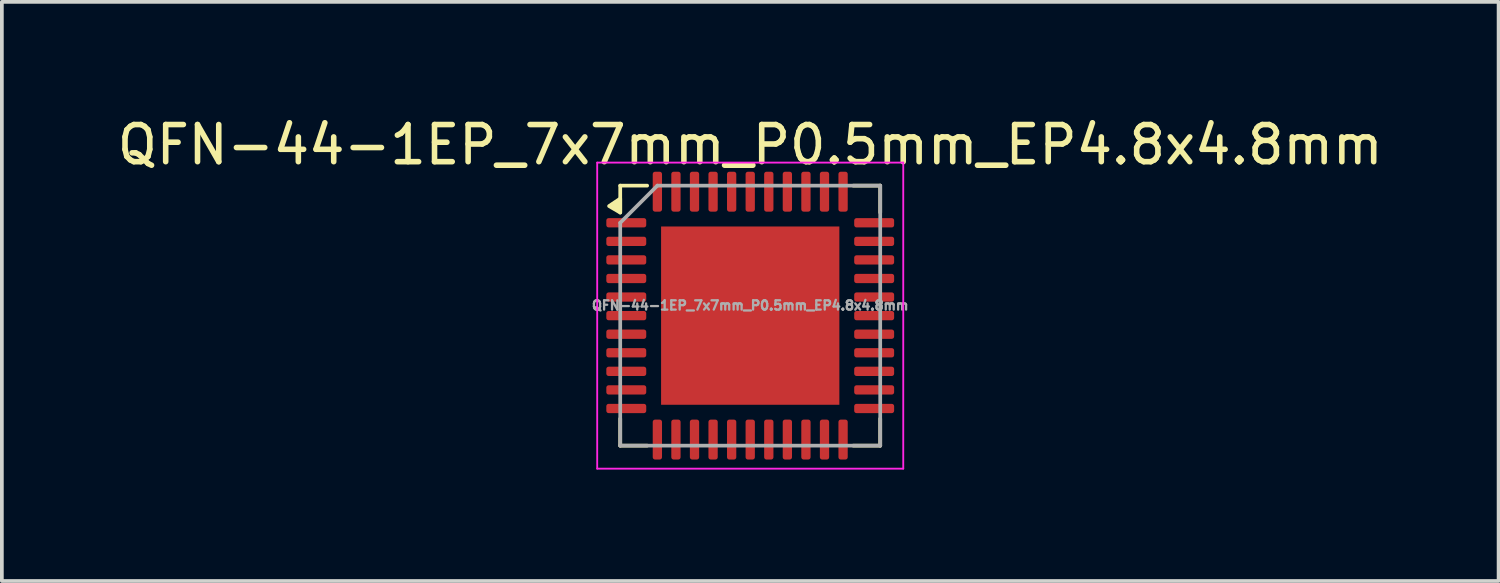
<source format=kicad_pcb>
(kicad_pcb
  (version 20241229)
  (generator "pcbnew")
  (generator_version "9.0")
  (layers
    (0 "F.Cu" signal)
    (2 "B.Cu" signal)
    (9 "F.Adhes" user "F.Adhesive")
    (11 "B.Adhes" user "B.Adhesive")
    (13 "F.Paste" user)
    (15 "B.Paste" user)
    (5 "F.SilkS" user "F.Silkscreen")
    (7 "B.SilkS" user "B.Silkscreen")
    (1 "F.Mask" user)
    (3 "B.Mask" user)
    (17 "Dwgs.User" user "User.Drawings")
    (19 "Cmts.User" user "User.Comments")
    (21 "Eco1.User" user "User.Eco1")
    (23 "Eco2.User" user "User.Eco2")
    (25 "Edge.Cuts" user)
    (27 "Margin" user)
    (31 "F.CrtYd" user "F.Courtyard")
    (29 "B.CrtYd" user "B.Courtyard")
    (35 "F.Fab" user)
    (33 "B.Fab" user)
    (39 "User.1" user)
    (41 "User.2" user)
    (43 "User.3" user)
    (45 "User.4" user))
  (footprint "QFN-44-1EP_7x7mm_P0.5mm_EP4.8x4.8mm"
    (layer "F.Cu")
    (at 17.149 5.448)
    (property "Reference" "QFN-44-1EP_7x7mm_P0.5mm_EP4.8x4.8mm" (at 0 -4.6 0) (layer "F.SilkS") (effects (font (size 1 1) (thickness 0.15))))
    (attr smd)
    (fp_line (start -3.5 -3.5) (end -2.775 -3.5) (stroke (width 0.1) (type solid)) (layer "F.SilkS"))
    (fp_line (start -3.5 -2.775) (end -3.5 -3.5) (stroke (width 0.1) (type solid)) (layer "F.SilkS"))
    (fp_line (start -3.5 3.5) (end -3.5 2.775) (stroke (width 0.1) (type solid)) (layer "F.SilkS"))
    (fp_line (start -2.775 3.5) (end -3.5 3.5) (stroke (width 0.1) (type solid)) (layer "F.SilkS"))
    (fp_line (start 2.775 -3.5) (end 3.5 -3.5) (stroke (width 0.1) (type solid)) (layer "F.SilkS"))
    (fp_line (start 2.775 3.5) (end 3.5 3.5) (stroke (width 0.1) (type solid)) (layer "F.SilkS"))
    (fp_line (start 3.5 -3.5) (end 3.5 -2.775) (stroke (width 0.1) (type solid)) (layer "F.SilkS"))
    (fp_line (start 3.5 3.5) (end 3.5 2.775) (stroke (width 0.1) (type solid)) (layer "F.SilkS"))
    (fp_poly (pts (xy -3.5 -2.775) (xy -3.8 -2.95) (xy -3.5 -3.15)) (stroke (width 0.1) (type solid)) (fill yes) (layer "F.SilkS"))
    (fp_line (start -4.12 -4.12) (end -4.12 4.12) (stroke (width 0.05) (type solid)) (layer "F.CrtYd"))
    (fp_line (start -4.12 4.12) (end 4.12 4.12) (stroke (width 0.05) (type solid)) (layer "F.CrtYd"))
    (fp_line (start 4.12 -4.12) (end -4.12 -4.12) (stroke (width 0.05) (type solid)) (layer "F.CrtYd"))
    (fp_line (start 4.12 4.12) (end 4.12 -4.12) (stroke (width 0.05) (type solid)) (layer "F.CrtYd"))
    (fp_line (start -3.5 -2.5) (end -2.5 -3.5) (stroke (width 0.1) (type solid)) (layer "F.Fab"))
    (fp_line (start -3.5 3.5) (end -3.5 -2.5) (stroke (width 0.1) (type solid)) (layer "F.Fab"))
    (fp_line (start -2.5 -3.5) (end 3.5 -3.5) (stroke (width 0.1) (type solid)) (layer "F.Fab"))
    (fp_line (start 3.5 -3.5) (end 3.5 3.5) (stroke (width 0.1) (type solid)) (layer "F.Fab"))
    (fp_line (start 3.5 3.5) (end -3.5 3.5) (stroke (width 0.1) (type solid)) (layer "F.Fab"))
    (fp_text user "${REFERENCE}" (at 0 -0.275 0) (layer "F.Fab") (effects (font (size 0.25 0.25) (thickness 0.062))))
    (pad "" smd roundrect (at -1.863 -1.863) (size 0.875 0.875) (layers "F.Paste") (roundrect_rratio 0.238))
    (pad "" smd roundrect (at -1.863 -0.65) (size 0.875 1.05) (layers "F.Paste") (roundrect_rratio 0.238))
    (pad "" smd roundrect (at -1.863 0.65) (size 0.875 1.05) (layers "F.Paste") (roundrect_rratio 0.238))
    (pad "" smd roundrect (at -1.863 1.863) (size 0.875 0.875) (layers "F.Paste") (roundrect_rratio 0.238))
    (pad "" smd roundrect (at -0.65 -1.863) (size 1.05 0.875) (layers "F.Paste") (roundrect_rratio 0.238))
    (pad "" smd roundrect (at -0.65 -0.65) (size 1.05 1.05) (layers "F.Paste") (roundrect_rratio 0.238))
    (pad "" smd roundrect (at -0.65 0.65) (size 1.05 1.05) (layers "F.Paste") (roundrect_rratio 0.238))
    (pad "" smd roundrect (at -0.65 1.863) (size 1.05 0.875) (layers "F.Paste") (roundrect_rratio 0.238))
    (pad "" smd roundrect (at 0.65 -1.863) (size 1.05 0.875) (layers "F.Paste") (roundrect_rratio 0.238))
    (pad "" smd roundrect (at 0.65 -0.65) (size 1.05 1.05) (layers "F.Paste") (roundrect_rratio 0.238))
    (pad "" smd roundrect (at 0.65 0.65) (size 1.05 1.05) (layers "F.Paste") (roundrect_rratio 0.238))
    (pad "" smd roundrect (at 0.65 1.863) (size 1.05 0.875) (layers "F.Paste") (roundrect_rratio 0.238))
    (pad "" smd roundrect (at 1.863 -1.863) (size 0.875 0.875) (layers "F.Paste") (roundrect_rratio 0.238))
    (pad "" smd roundrect (at 1.863 -0.65) (size 0.875 1.05) (layers "F.Paste") (roundrect_rratio 0.238))
    (pad "" smd roundrect (at 1.863 0.65) (size 0.875 1.05) (layers "F.Paste") (roundrect_rratio 0.238))
    (pad "" smd roundrect (at 1.863 1.863) (size 0.875 0.875) (layers "F.Paste") (roundrect_rratio 0.238))
    (pad "1" smd roundrect (at -3.337 -2.5) (size 1.075 0.25) (layers "F.Cu" "F.Mask" "F.Paste") (roundrect_rratio 0.25))
    (pad "2" smd roundrect (at -3.337 -2) (size 1.075 0.25) (layers "F.Cu" "F.Mask" "F.Paste") (roundrect_rratio 0.25))
    (pad "3" smd roundrect (at -3.337 -1.5) (size 1.075 0.25) (layers "F.Cu" "F.Mask" "F.Paste") (roundrect_rratio 0.25))
    (pad "4" smd roundrect (at -3.337 -1) (size 1.075 0.25) (layers "F.Cu" "F.Mask" "F.Paste") (roundrect_rratio 0.25))
    (pad "5" smd roundrect (at -3.337 -0.5) (size 1.075 0.25) (layers "F.Cu" "F.Mask" "F.Paste") (roundrect_rratio 0.25))
    (pad "6" smd roundrect (at -3.337 0) (size 1.075 0.25) (layers "F.Cu" "F.Mask" "F.Paste") (roundrect_rratio 0.25))
    (pad "7" smd roundrect (at -3.337 0.5) (size 1.075 0.25) (layers "F.Cu" "F.Mask" "F.Paste") (roundrect_rratio 0.25))
    (pad "8" smd roundrect (at -3.337 1) (size 1.075 0.25) (layers "F.Cu" "F.Mask" "F.Paste") (roundrect_rratio 0.25))
    (pad "9" smd roundrect (at -3.337 1.5) (size 1.075 0.25) (layers "F.Cu" "F.Mask" "F.Paste") (roundrect_rratio 0.25))
    (pad "10" smd roundrect (at -3.337 2) (size 1.075 0.25) (layers "F.Cu" "F.Mask" "F.Paste") (roundrect_rratio 0.25))
    (pad "11" smd roundrect (at -3.337 2.5) (size 1.075 0.25) (layers "F.Cu" "F.Mask" "F.Paste") (roundrect_rratio 0.25))
    (pad "12" smd roundrect (at -2.5 3.337) (size 0.25 1.075) (layers "F.Cu" "F.Mask" "F.Paste") (roundrect_rratio 0.25))
    (pad "13" smd roundrect (at -2 3.337) (size 0.25 1.075) (layers "F.Cu" "F.Mask" "F.Paste") (roundrect_rratio 0.25))
    (pad "14" smd roundrect (at -1.5 3.337) (size 0.25 1.075) (layers "F.Cu" "F.Mask" "F.Paste") (roundrect_rratio 0.25))
    (pad "15" smd roundrect (at -1 3.337) (size 0.25 1.075) (layers "F.Cu" "F.Mask" "F.Paste") (roundrect_rratio 0.25))
    (pad "16" smd roundrect (at -0.5 3.337) (size 0.25 1.075) (layers "F.Cu" "F.Mask" "F.Paste") (roundrect_rratio 0.25))
    (pad "17" smd roundrect (at 0 3.337) (size 0.25 1.075) (layers "F.Cu" "F.Mask" "F.Paste") (roundrect_rratio 0.25))
    (pad "18" smd roundrect (at 0.5 3.337) (size 0.25 1.075) (layers "F.Cu" "F.Mask" "F.Paste") (roundrect_rratio 0.25))
    (pad "19" smd roundrect (at 1 3.337) (size 0.25 1.075) (layers "F.Cu" "F.Mask" "F.Paste") (roundrect_rratio 0.25))
    (pad "20" smd roundrect (at 1.5 3.337) (size 0.25 1.075) (layers "F.Cu" "F.Mask" "F.Paste") (roundrect_rratio 0.25))
    (pad "21" smd roundrect (at 2 3.337) (size 0.25 1.075) (layers "F.Cu" "F.Mask" "F.Paste") (roundrect_rratio 0.25))
    (pad "22" smd roundrect (at 2.5 3.337) (size 0.25 1.075) (layers "F.Cu" "F.Mask" "F.Paste") (roundrect_rratio 0.25))
    (pad "23" smd roundrect (at 3.337 2.5) (size 1.075 0.25) (layers "F.Cu" "F.Mask" "F.Paste") (roundrect_rratio 0.25))
    (pad "24" smd roundrect (at 3.337 2) (size 1.075 0.25) (layers "F.Cu" "F.Mask" "F.Paste") (roundrect_rratio 0.25))
    (pad "25" smd roundrect (at 3.337 1.5) (size 1.075 0.25) (layers "F.Cu" "F.Mask" "F.Paste") (roundrect_rratio 0.25))
    (pad "26" smd roundrect (at 3.337 1) (size 1.075 0.25) (layers "F.Cu" "F.Mask" "F.Paste") (roundrect_rratio 0.25))
    (pad "27" smd roundrect (at 3.337 0.5) (size 1.075 0.25) (layers "F.Cu" "F.Mask" "F.Paste") (roundrect_rratio 0.25))
    (pad "28" smd roundrect (at 3.337 0) (size 1.075 0.25) (layers "F.Cu" "F.Mask" "F.Paste") (roundrect_rratio 0.25))
    (pad "29" smd roundrect (at 3.337 -0.5) (size 1.075 0.25) (layers "F.Cu" "F.Mask" "F.Paste") (roundrect_rratio 0.25))
    (pad "30" smd roundrect (at 3.337 -1) (size 1.075 0.25) (layers "F.Cu" "F.Mask" "F.Paste") (roundrect_rratio 0.25))
    (pad "31" smd roundrect (at 3.337 -1.5) (size 1.075 0.25) (layers "F.Cu" "F.Mask" "F.Paste") (roundrect_rratio 0.25))
    (pad "32" smd roundrect (at 3.337 -2) (size 1.075 0.25) (layers "F.Cu" "F.Mask" "F.Paste") (roundrect_rratio 0.25))
    (pad "33" smd roundrect (at 3.337 -2.5) (size 1.075 0.25) (layers "F.Cu" "F.Mask" "F.Paste") (roundrect_rratio 0.25))
    (pad "34" smd roundrect (at 2.5 -3.337) (size 0.25 1.075) (layers "F.Cu" "F.Mask" "F.Paste") (roundrect_rratio 0.25))
    (pad "35" smd roundrect (at 2 -3.337) (size 0.25 1.075) (layers "F.Cu" "F.Mask" "F.Paste") (roundrect_rratio 0.25))
    (pad "36" smd roundrect (at 1.5 -3.337) (size 0.25 1.075) (layers "F.Cu" "F.Mask" "F.Paste") (roundrect_rratio 0.25))
    (pad "37" smd roundrect (at 1 -3.337) (size 0.25 1.075) (layers "F.Cu" "F.Mask" "F.Paste") (roundrect_rratio 0.25))
    (pad "38" smd roundrect (at 0.5 -3.337) (size 0.25 1.075) (layers "F.Cu" "F.Mask" "F.Paste") (roundrect_rratio 0.25))
    (pad "39" smd roundrect (at 0 -3.337) (size 0.25 1.075) (layers "F.Cu" "F.Mask" "F.Paste") (roundrect_rratio 0.25))
    (pad "40" smd roundrect (at -0.5 -3.337) (size 0.25 1.075) (layers "F.Cu" "F.Mask" "F.Paste") (roundrect_rratio 0.25))
    (pad "41" smd roundrect (at -1 -3.337) (size 0.25 1.075) (layers "F.Cu" "F.Mask" "F.Paste") (roundrect_rratio 0.25))
    (pad "42" smd roundrect (at -1.5 -3.337) (size 0.25 1.075) (layers "F.Cu" "F.Mask" "F.Paste") (roundrect_rratio 0.25))
    (pad "43" smd roundrect (at -2 -3.337) (size 0.25 1.075) (layers "F.Cu" "F.Mask" "F.Paste") (roundrect_rratio 0.25))
    (pad "44" smd roundrect (at -2.5 -3.337) (size 0.25 1.075) (layers "F.Cu" "F.Mask" "F.Paste") (roundrect_rratio 0.25))
    (pad "45" smd rect (at 0 0) (size 4.8 4.8) (layers "F.Cu" "F.Mask")))
  (gr_rect
    (start -3 -3)
    (end 37.298 12.593)
    (stroke (width 0.1) (type default))
    (fill no)
    (layer "Edge.Cuts")))
</source>
